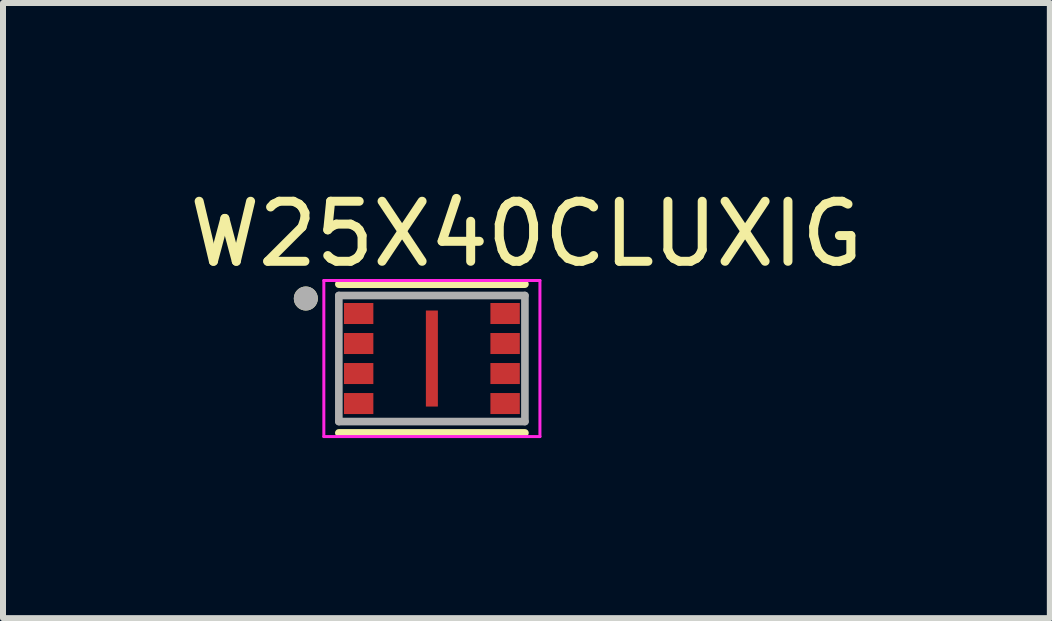
<source format=kicad_pcb>
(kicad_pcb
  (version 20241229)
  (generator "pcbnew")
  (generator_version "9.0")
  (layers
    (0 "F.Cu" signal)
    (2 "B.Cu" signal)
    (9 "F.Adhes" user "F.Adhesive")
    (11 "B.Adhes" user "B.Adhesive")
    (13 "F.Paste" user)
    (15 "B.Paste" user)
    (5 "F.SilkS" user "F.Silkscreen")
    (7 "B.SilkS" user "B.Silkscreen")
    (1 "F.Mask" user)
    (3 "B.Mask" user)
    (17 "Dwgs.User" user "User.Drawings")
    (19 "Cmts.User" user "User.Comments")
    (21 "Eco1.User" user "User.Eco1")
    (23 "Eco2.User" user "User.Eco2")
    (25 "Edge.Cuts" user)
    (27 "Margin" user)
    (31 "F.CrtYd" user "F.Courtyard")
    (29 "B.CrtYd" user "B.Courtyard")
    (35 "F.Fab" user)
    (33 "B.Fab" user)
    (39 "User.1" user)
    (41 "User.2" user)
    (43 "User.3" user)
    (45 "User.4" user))
  (footprint "W25X40CLUXIG"
    (layer "F.Cu")
    (at 4.145 2.923)
    (property "Reference" "W25X40CLUXIG" (at 1.575 -2.075 0) (layer "F.SilkS") (effects (font (size 1 1) (thickness 0.15))))
    (attr smd)
    (fp_line (start -1.55 -1.239) (end 1.55 -1.239) (stroke (width 0.127) (type solid)) (layer "F.SilkS"))
    (fp_line (start -1.55 1.239) (end 1.55 1.239) (stroke (width 0.127) (type solid)) (layer "F.SilkS"))
    (fp_circle (center -2.1 -1) (end -2 -1) (stroke (width 0.2) (type solid)) (fill no) (layer "F.SilkS"))
    (fp_line (start -1.8 -1.3) (end 1.8 -1.3) (stroke (width 0.05) (type solid)) (layer "F.CrtYd"))
    (fp_line (start -1.8 1.3) (end -1.8 -1.3) (stroke (width 0.05) (type solid)) (layer "F.CrtYd"))
    (fp_line (start 1.8 -1.3) (end 1.8 1.3) (stroke (width 0.05) (type solid)) (layer "F.CrtYd"))
    (fp_line (start 1.8 1.3) (end -1.8 1.3) (stroke (width 0.05) (type solid)) (layer "F.CrtYd"))
    (fp_line (start -1.55 -1.05) (end 1.55 -1.05) (stroke (width 0.127) (type solid)) (layer "F.Fab"))
    (fp_line (start -1.55 1.05) (end -1.55 -1.05) (stroke (width 0.127) (type solid)) (layer "F.Fab"))
    (fp_line (start 1.55 -1.05) (end 1.55 1.05) (stroke (width 0.127) (type solid)) (layer "F.Fab"))
    (fp_line (start 1.55 1.05) (end -1.55 1.05) (stroke (width 0.127) (type solid)) (layer "F.Fab"))
    (fp_circle (center -2.1 -1) (end -2 -1) (stroke (width 0.2) (type solid)) (fill no) (layer "F.Fab"))
    (pad "1" smd rect (at -1.22 -0.75) (size 0.49 0.35) (layers "F.Cu" "F.Mask" "F.Paste"))
    (pad "2" smd rect (at -1.22 -0.25) (size 0.49 0.35) (layers "F.Cu" "F.Mask" "F.Paste"))
    (pad "3" smd rect (at -1.22 0.25) (size 0.49 0.35) (layers "F.Cu" "F.Mask" "F.Paste"))
    (pad "4" smd rect (at -1.22 0.75) (size 0.49 0.35) (layers "F.Cu" "F.Mask" "F.Paste"))
    (pad "5" smd rect (at 1.22 0.75 180) (size 0.49 0.35) (layers "F.Cu" "F.Mask" "F.Paste"))
    (pad "6" smd rect (at 1.22 0.25 180) (size 0.49 0.35) (layers "F.Cu" "F.Mask" "F.Paste"))
    (pad "7" smd rect (at 1.22 -0.25 180) (size 0.49 0.35) (layers "F.Cu" "F.Mask" "F.Paste"))
    (pad "8" smd rect (at 1.22 -0.75 180) (size 0.49 0.35) (layers "F.Cu" "F.Mask" "F.Paste"))
    (pad "9" smd rect (at 0 0) (size 0.2 1.6) (layers "F.Cu" "F.Mask" "F.Paste")))
  (gr_rect
    (start -3 -3)
    (end 14.44 7.248)
    (stroke (width 0.1) (type default))
    (fill no)
    (layer "Edge.Cuts")))
</source>
